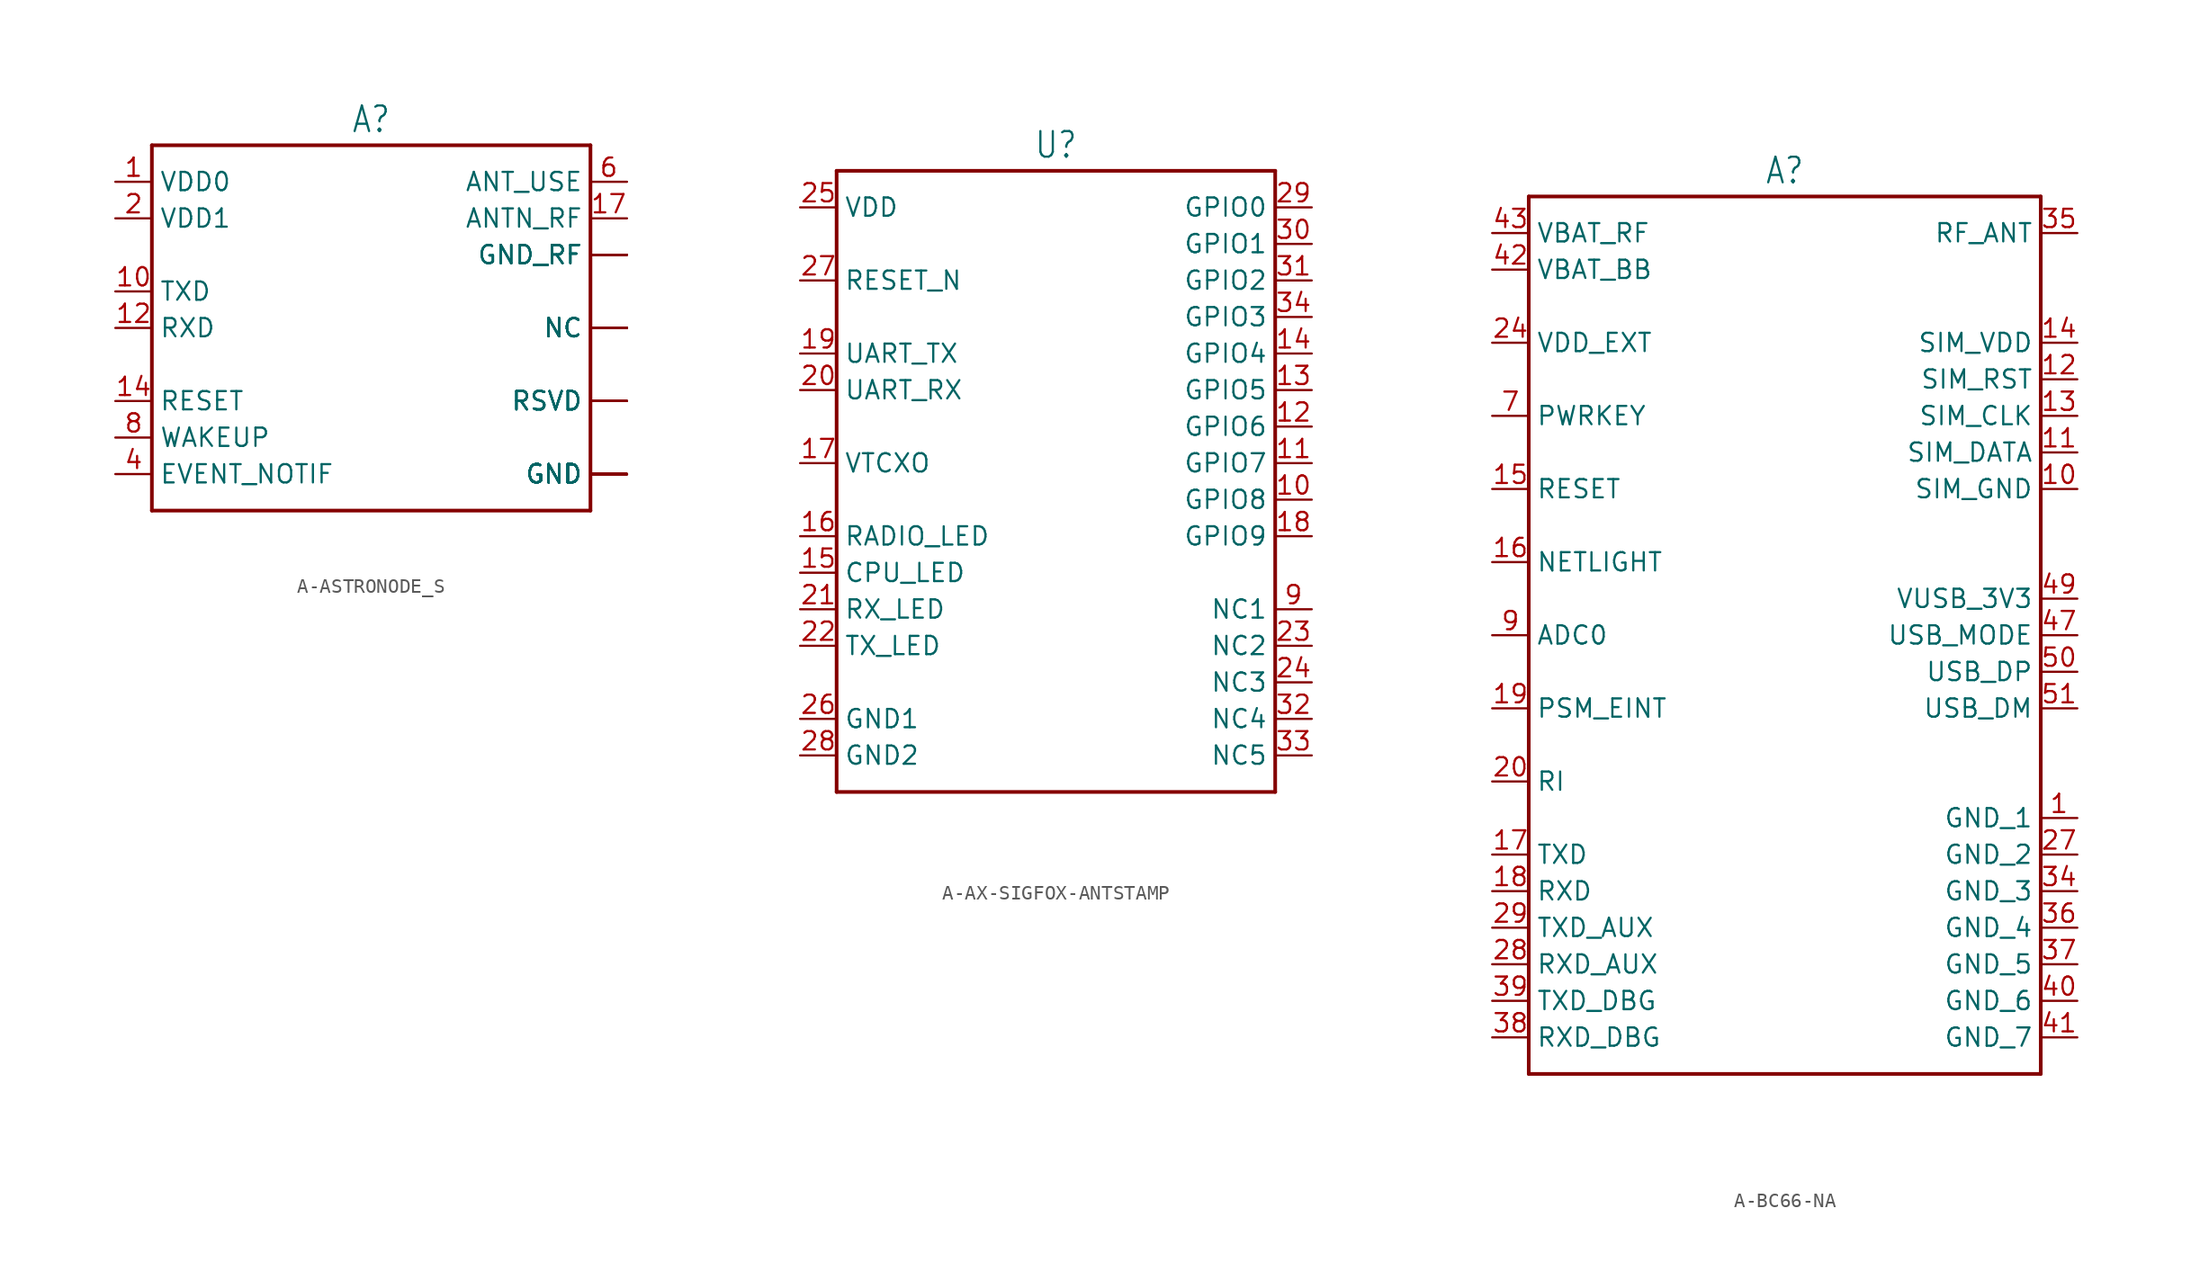
<source format=kicad_sym>
(kicad_symbol_lib
  (version 20231120)
  (generator "kicad_symbol_editor")
  (generator_version "8.0")
  (symbol "A-ASTRONODE_S"
    (property "Reference" "A"
      (at 0 13.462 0)
      (effects (font (size 1.778 1.511)) (justify bottom)))
    (property "Value" ""
      (at 0 -13.462 0)
      (effects (font (size 1.778 1.511)) (justify top)))
    (property "ki_locked" ""
      (at 0 0 0)
      (effects (font (size 1.27 1.27))))
    (symbol "A-ASTRONODE_S_1_0"
      (polyline (pts (xy -15.24 -12.7) (xy -15.24 12.7)) (stroke (width 0.254) (type solid)) (fill (type none)))
      (polyline (pts (xy -15.24 12.7) (xy 15.24 12.7)) (stroke (width 0.254) (type solid)) (fill (type none)))
      (polyline (pts (xy 15.24 -12.7) (xy -15.24 -12.7)) (stroke (width 0.254) (type solid)) (fill (type none)))
      (polyline (pts (xy 15.24 12.7) (xy 15.24 -12.7)) (stroke (width 0.254) (type solid)) (fill (type none)))
      (pin passive line (at -17.78 10.16 0) (length 2.54) (name "VDD0" (effects (font (size 1.27 1.27)))) (number "1" (effects (font (size 1.27 1.27)))))
      (pin passive line (at -17.78 2.54 0) (length 2.54) (name "TXD" (effects (font (size 1.27 1.27)))) (number "10" (effects (font (size 1.27 1.27)))))
      (pin passive line (at 17.78 -10.16 180) (length 2.54) (name "GND" (effects (font (size 1.27 1.27)))) (number "11" (effects (font (size 0 0)))))
      (pin passive line (at -17.78 0 0) (length 2.54) (name "RXD" (effects (font (size 1.27 1.27)))) (number "12" (effects (font (size 1.27 1.27)))))
      (pin passive line (at 17.78 -10.16 180) (length 2.54) (name "GND" (effects (font (size 1.27 1.27)))) (number "13" (effects (font (size 0 0)))))
      (pin passive line (at -17.78 -5.08 0) (length 2.54) (name "RESET" (effects (font (size 1.27 1.27)))) (number "14" (effects (font (size 1.27 1.27)))))
      (pin passive line (at 17.78 5.08 180) (length 2.54) (name "GND_RF" (effects (font (size 1.27 1.27)))) (number "15" (effects (font (size 0 0)))))
      (pin passive line (at 17.78 5.08 180) (length 2.54) (name "GND_RF" (effects (font (size 1.27 1.27)))) (number "16" (effects (font (size 0 0)))))
      (pin passive line (at 17.78 7.62 180) (length 2.54) (name "ANTN_RF" (effects (font (size 1.27 1.27)))) (number "17" (effects (font (size 1.27 1.27)))))
      (pin passive line (at 17.78 5.08 180) (length 2.54) (name "GND_RF" (effects (font (size 1.27 1.27)))) (number "18" (effects (font (size 0 0)))))
      (pin passive line (at 17.78 5.08 180) (length 2.54) (name "GND_RF" (effects (font (size 1.27 1.27)))) (number "19" (effects (font (size 0 0)))))
      (pin passive line (at -17.78 7.62 0) (length 2.54) (name "VDD1" (effects (font (size 1.27 1.27)))) (number "2" (effects (font (size 1.27 1.27)))))
      (pin passive line (at 17.78 -5.08 180) (length 2.54) (name "RSVD" (effects (font (size 1.27 1.27)))) (number "20" (effects (font (size 0 0)))))
      (pin passive line (at 17.78 -5.08 180) (length 2.54) (name "RSVD" (effects (font (size 1.27 1.27)))) (number "21" (effects (font (size 0 0)))))
      (pin passive line (at 17.78 -5.08 180) (length 2.54) (name "RSVD" (effects (font (size 1.27 1.27)))) (number "22" (effects (font (size 0 0)))))
      (pin passive line (at 17.78 -10.16 180) (length 2.54) (name "GND" (effects (font (size 1.27 1.27)))) (number "23" (effects (font (size 0 0)))))
      (pin passive line (at 17.78 0 180) (length 2.54) (name "NC" (effects (font (size 1.27 1.27)))) (number "24" (effects (font (size 0 0)))))
      (pin passive line (at 17.78 -10.16 180) (length 2.54) (name "GND" (effects (font (size 1.27 1.27)))) (number "25" (effects (font (size 0 0)))))
      (pin passive line (at 17.78 0 180) (length 2.54) (name "NC" (effects (font (size 1.27 1.27)))) (number "26" (effects (font (size 0 0)))))
      (pin passive line (at 17.78 -10.16 180) (length 2.54) (name "GND" (effects (font (size 1.27 1.27)))) (number "27" (effects (font (size 0 0)))))
      (pin passive line (at 17.78 0 180) (length 2.54) (name "NC" (effects (font (size 1.27 1.27)))) (number "28" (effects (font (size 0 0)))))
      (pin passive line (at 17.78 -10.16 180) (length 2.54) (name "GND" (effects (font (size 1.27 1.27)))) (number "29" (effects (font (size 0 0)))))
      (pin passive line (at 17.78 -10.16 180) (length 2.54) (name "GND" (effects (font (size 1.27 1.27)))) (number "3" (effects (font (size 0 0)))))
      (pin passive line (at 17.78 0 180) (length 2.54) (name "NC" (effects (font (size 1.27 1.27)))) (number "30" (effects (font (size 0 0)))))
      (pin passive line (at 17.78 -10.16 180) (length 2.54) (name "GND" (effects (font (size 1.27 1.27)))) (number "31" (effects (font (size 0 0)))))
      (pin passive line (at 17.78 0 180) (length 2.54) (name "NC" (effects (font (size 1.27 1.27)))) (number "32" (effects (font (size 0 0)))))
      (pin passive line (at 17.78 -10.16 180) (length 2.54) (name "GND" (effects (font (size 1.27 1.27)))) (number "33" (effects (font (size 0 0)))))
      (pin passive line (at 17.78 0 180) (length 2.54) (name "NC" (effects (font (size 1.27 1.27)))) (number "34" (effects (font (size 0 0)))))
      (pin passive line (at 17.78 0 180) (length 2.54) (name "NC" (effects (font (size 1.27 1.27)))) (number "35" (effects (font (size 0 0)))))
      (pin passive line (at 17.78 -10.16 180) (length 2.54) (name "GND" (effects (font (size 1.27 1.27)))) (number "36" (effects (font (size 0 0)))))
      (pin passive line (at 17.78 -5.08 180) (length 2.54) (name "RSVD" (effects (font (size 1.27 1.27)))) (number "37" (effects (font (size 0 0)))))
      (pin passive line (at 17.78 -5.08 180) (length 2.54) (name "RSVD" (effects (font (size 1.27 1.27)))) (number "38" (effects (font (size 0 0)))))
      (pin passive line (at -17.78 -10.16 0) (length 2.54) (name "EVENT_NOTIF" (effects (font (size 1.27 1.27)))) (number "4" (effects (font (size 1.27 1.27)))))
      (pin passive line (at 17.78 -10.16 180) (length 2.54) (name "GND" (effects (font (size 1.27 1.27)))) (number "5" (effects (font (size 0 0)))))
      (pin passive line (at 17.78 10.16 180) (length 2.54) (name "ANT_USE" (effects (font (size 1.27 1.27)))) (number "6" (effects (font (size 1.27 1.27)))))
      (pin passive line (at 17.78 -10.16 180) (length 2.54) (name "GND" (effects (font (size 1.27 1.27)))) (number "7" (effects (font (size 0 0)))))
      (pin passive line (at -17.78 -7.62 0) (length 2.54) (name "WAKEUP" (effects (font (size 1.27 1.27)))) (number "8" (effects (font (size 1.27 1.27)))))
      (pin passive line (at 17.78 -10.16 180) (length 2.54) (name "GND" (effects (font (size 1.27 1.27)))) (number "9" (effects (font (size 0 0)))))))
  (symbol "A-AX-SIGFOX-ANTSTAMP"
    (property "Reference" "U"
      (at 0 21.082 0)
      (effects (font (size 1.778 1.511)) (justify bottom)))
    (property "Value" ""
      (at 0 -23.622 0)
      (effects (font (size 1.778 1.511)) (justify top)))
    (property "ki_locked" ""
      (at 0 0 0)
      (effects (font (size 1.27 1.27))))
    (symbol "A-AX-SIGFOX-ANTSTAMP_1_0"
      (polyline (pts (xy -15.24 -22.86) (xy 15.24 -22.86)) (stroke (width 0.254) (type solid)) (fill (type none)))
      (polyline (pts (xy -15.24 20.32) (xy -15.24 -22.86)) (stroke (width 0.254) (type solid)) (fill (type none)))
      (polyline (pts (xy 15.24 -22.86) (xy 15.24 20.32)) (stroke (width 0.254) (type solid)) (fill (type none)))
      (polyline (pts (xy 15.24 20.32) (xy -15.24 20.32)) (stroke (width 0.254) (type solid)) (fill (type none)))
      (pin passive line (at 17.78 -2.54 180) (length 2.54) (name "GPIO8" (effects (font (size 1.27 1.27)))) (number "10" (effects (font (size 1.27 1.27)))))
      (pin passive line (at 17.78 0 180) (length 2.54) (name "GPIO7" (effects (font (size 1.27 1.27)))) (number "11" (effects (font (size 1.27 1.27)))))
      (pin passive line (at 17.78 2.54 180) (length 2.54) (name "GPIO6" (effects (font (size 1.27 1.27)))) (number "12" (effects (font (size 1.27 1.27)))))
      (pin passive line (at 17.78 5.08 180) (length 2.54) (name "GPIO5" (effects (font (size 1.27 1.27)))) (number "13" (effects (font (size 1.27 1.27)))))
      (pin passive line (at 17.78 7.62 180) (length 2.54) (name "GPIO4" (effects (font (size 1.27 1.27)))) (number "14" (effects (font (size 1.27 1.27)))))
      (pin passive line (at -17.78 -7.62 0) (length 2.54) (name "CPU_LED" (effects (font (size 1.27 1.27)))) (number "15" (effects (font (size 1.27 1.27)))))
      (pin passive line (at -17.78 -5.08 0) (length 2.54) (name "RADIO_LED" (effects (font (size 1.27 1.27)))) (number "16" (effects (font (size 1.27 1.27)))))
      (pin passive line (at -17.78 0 0) (length 2.54) (name "VTCXO" (effects (font (size 1.27 1.27)))) (number "17" (effects (font (size 1.27 1.27)))))
      (pin passive line (at 17.78 -5.08 180) (length 2.54) (name "GPIO9" (effects (font (size 1.27 1.27)))) (number "18" (effects (font (size 1.27 1.27)))))
      (pin passive line (at -17.78 7.62 0) (length 2.54) (name "UART_TX" (effects (font (size 1.27 1.27)))) (number "19" (effects (font (size 1.27 1.27)))))
      (pin passive line (at -17.78 5.08 0) (length 2.54) (name "UART_RX" (effects (font (size 1.27 1.27)))) (number "20" (effects (font (size 1.27 1.27)))))
      (pin passive line (at -17.78 -10.16 0) (length 2.54) (name "RX_LED" (effects (font (size 1.27 1.27)))) (number "21" (effects (font (size 1.27 1.27)))))
      (pin passive line (at -17.78 -12.7 0) (length 2.54) (name "TX_LED" (effects (font (size 1.27 1.27)))) (number "22" (effects (font (size 1.27 1.27)))))
      (pin passive line (at 17.78 -12.7 180) (length 2.54) (name "NC2" (effects (font (size 1.27 1.27)))) (number "23" (effects (font (size 1.27 1.27)))))
      (pin passive line (at 17.78 -15.24 180) (length 2.54) (name "NC3" (effects (font (size 1.27 1.27)))) (number "24" (effects (font (size 1.27 1.27)))))
      (pin passive line (at -17.78 17.78 0) (length 2.54) (name "VDD" (effects (font (size 1.27 1.27)))) (number "25" (effects (font (size 1.27 1.27)))))
      (pin passive line (at -17.78 -17.78 0) (length 2.54) (name "GND1" (effects (font (size 1.27 1.27)))) (number "26" (effects (font (size 1.27 1.27)))))
      (pin passive line (at -17.78 12.7 0) (length 2.54) (name "RESET_N" (effects (font (size 1.27 1.27)))) (number "27" (effects (font (size 1.27 1.27)))))
      (pin passive line (at -17.78 -20.32 0) (length 2.54) (name "GND2" (effects (font (size 1.27 1.27)))) (number "28" (effects (font (size 1.27 1.27)))))
      (pin passive line (at 17.78 17.78 180) (length 2.54) (name "GPIO0" (effects (font (size 1.27 1.27)))) (number "29" (effects (font (size 1.27 1.27)))))
      (pin passive line (at 17.78 15.24 180) (length 2.54) (name "GPIO1" (effects (font (size 1.27 1.27)))) (number "30" (effects (font (size 1.27 1.27)))))
      (pin passive line (at 17.78 12.7 180) (length 2.54) (name "GPIO2" (effects (font (size 1.27 1.27)))) (number "31" (effects (font (size 1.27 1.27)))))
      (pin passive line (at 17.78 -17.78 180) (length 2.54) (name "NC4" (effects (font (size 1.27 1.27)))) (number "32" (effects (font (size 1.27 1.27)))))
      (pin passive line (at 17.78 -20.32 180) (length 2.54) (name "NC5" (effects (font (size 1.27 1.27)))) (number "33" (effects (font (size 1.27 1.27)))))
      (pin passive line (at 17.78 10.16 180) (length 2.54) (name "GPIO3" (effects (font (size 1.27 1.27)))) (number "34" (effects (font (size 1.27 1.27)))))
      (pin passive line (at 17.78 -10.16 180) (length 2.54) (name "NC1" (effects (font (size 1.27 1.27)))) (number "9" (effects (font (size 1.27 1.27)))))))
  (symbol "A-BC66-NA"
    (property "Reference" "A"
      (at 0 31.242 0)
      (effects (font (size 1.778 1.511)) (justify bottom)))
    (property "Value" ""
      (at 0 -31.242 0)
      (effects (font (size 1.778 1.511)) (justify top)))
    (property "ki_locked" ""
      (at 0 0 0)
      (effects (font (size 1.27 1.27))))
    (symbol "A-BC66-NA_1_0"
      (polyline (pts (xy -17.78 -30.48) (xy -17.78 30.48)) (stroke (width 0.254) (type solid)) (fill (type none)))
      (polyline (pts (xy -17.78 30.48) (xy 17.78 30.48)) (stroke (width 0.254) (type solid)) (fill (type none)))
      (polyline (pts (xy 17.78 -30.48) (xy -17.78 -30.48)) (stroke (width 0.254) (type solid)) (fill (type none)))
      (polyline (pts (xy 17.78 30.48) (xy 17.78 -30.48)) (stroke (width 0.254) (type solid)) (fill (type none)))
      (pin passive line (at 20.32 -12.7 180) (length 2.54) (name "GND_1" (effects (font (size 1.27 1.27)))) (number "1" (effects (font (size 1.27 1.27)))))
      (pin passive line (at 20.32 10.16 180) (length 2.54) (name "SIM_GND" (effects (font (size 1.27 1.27)))) (number "10" (effects (font (size 1.27 1.27)))))
      (pin passive line (at 20.32 12.7 180) (length 2.54) (name "SIM_DATA" (effects (font (size 1.27 1.27)))) (number "11" (effects (font (size 1.27 1.27)))))
      (pin passive line (at 20.32 17.78 180) (length 2.54) (name "SIM_RST" (effects (font (size 1.27 1.27)))) (number "12" (effects (font (size 1.27 1.27)))))
      (pin passive line (at 20.32 15.24 180) (length 2.54) (name "SIM_CLK" (effects (font (size 1.27 1.27)))) (number "13" (effects (font (size 1.27 1.27)))))
      (pin passive line (at 20.32 20.32 180) (length 2.54) (name "SIM_VDD" (effects (font (size 1.27 1.27)))) (number "14" (effects (font (size 1.27 1.27)))))
      (pin passive line (at -20.32 10.16 0) (length 2.54) (name "RESET" (effects (font (size 1.27 1.27)))) (number "15" (effects (font (size 1.27 1.27)))))
      (pin passive line (at -20.32 5.08 0) (length 2.54) (name "NETLIGHT" (effects (font (size 1.27 1.27)))) (number "16" (effects (font (size 1.27 1.27)))))
      (pin passive line (at -20.32 -15.24 0) (length 2.54) (name "TXD" (effects (font (size 1.27 1.27)))) (number "17" (effects (font (size 1.27 1.27)))))
      (pin passive line (at -20.32 -17.78 0) (length 2.54) (name "RXD" (effects (font (size 1.27 1.27)))) (number "18" (effects (font (size 1.27 1.27)))))
      (pin passive line (at -20.32 -5.08 0) (length 2.54) (name "PSM_EINT" (effects (font (size 1.27 1.27)))) (number "19" (effects (font (size 1.27 1.27)))))
      (pin passive line (at -20.32 -10.16 0) (length 2.54) (name "RI" (effects (font (size 1.27 1.27)))) (number "20" (effects (font (size 1.27 1.27)))))
      (pin passive line (at -20.32 20.32 0) (length 2.54) (name "VDD_EXT" (effects (font (size 1.27 1.27)))) (number "24" (effects (font (size 1.27 1.27)))))
      (pin passive line (at 20.32 -15.24 180) (length 2.54) (name "GND_2" (effects (font (size 1.27 1.27)))) (number "27" (effects (font (size 1.27 1.27)))))
      (pin passive line (at -20.32 -22.86 0) (length 2.54) (name "RXD_AUX" (effects (font (size 1.27 1.27)))) (number "28" (effects (font (size 1.27 1.27)))))
      (pin passive line (at -20.32 -20.32 0) (length 2.54) (name "TXD_AUX" (effects (font (size 1.27 1.27)))) (number "29" (effects (font (size 1.27 1.27)))))
      (pin passive line (at 20.32 -17.78 180) (length 2.54) (name "GND_3" (effects (font (size 1.27 1.27)))) (number "34" (effects (font (size 1.27 1.27)))))
      (pin passive line (at 20.32 27.94 180) (length 2.54) (name "RF_ANT" (effects (font (size 1.27 1.27)))) (number "35" (effects (font (size 1.27 1.27)))))
      (pin passive line (at 20.32 -20.32 180) (length 2.54) (name "GND_4" (effects (font (size 1.27 1.27)))) (number "36" (effects (font (size 1.27 1.27)))))
      (pin passive line (at 20.32 -22.86 180) (length 2.54) (name "GND_5" (effects (font (size 1.27 1.27)))) (number "37" (effects (font (size 1.27 1.27)))))
      (pin passive line (at -20.32 -27.94 0) (length 2.54) (name "RXD_DBG" (effects (font (size 1.27 1.27)))) (number "38" (effects (font (size 1.27 1.27)))))
      (pin passive line (at -20.32 -25.4 0) (length 2.54) (name "TXD_DBG" (effects (font (size 1.27 1.27)))) (number "39" (effects (font (size 1.27 1.27)))))
      (pin passive line (at 20.32 -25.4 180) (length 2.54) (name "GND_6" (effects (font (size 1.27 1.27)))) (number "40" (effects (font (size 1.27 1.27)))))
      (pin passive line (at 20.32 -27.94 180) (length 2.54) (name "GND_7" (effects (font (size 1.27 1.27)))) (number "41" (effects (font (size 1.27 1.27)))))
      (pin passive line (at -20.32 25.4 0) (length 2.54) (name "VBAT_BB" (effects (font (size 1.27 1.27)))) (number "42" (effects (font (size 1.27 1.27)))))
      (pin passive line (at -20.32 27.94 0) (length 2.54) (name "VBAT_RF" (effects (font (size 1.27 1.27)))) (number "43" (effects (font (size 1.27 1.27)))))
      (pin passive line (at 20.32 0 180) (length 2.54) (name "USB_MODE" (effects (font (size 1.27 1.27)))) (number "47" (effects (font (size 1.27 1.27)))))
      (pin passive line (at 20.32 2.54 180) (length 2.54) (name "VUSB_3V3" (effects (font (size 1.27 1.27)))) (number "49" (effects (font (size 1.27 1.27)))))
      (pin passive line (at 20.32 -2.54 180) (length 2.54) (name "USB_DP" (effects (font (size 1.27 1.27)))) (number "50" (effects (font (size 1.27 1.27)))))
      (pin passive line (at 20.32 -5.08 180) (length 2.54) (name "USB_DM" (effects (font (size 1.27 1.27)))) (number "51" (effects (font (size 1.27 1.27)))))
      (pin passive line (at -20.32 15.24 0) (length 2.54) (name "PWRKEY" (effects (font (size 1.27 1.27)))) (number "7" (effects (font (size 1.27 1.27)))))
      (pin passive line (at -20.32 0 0) (length 2.54) (name "ADC0" (effects (font (size 1.27 1.27)))) (number "9" (effects (font (size 1.27 1.27))))))))
</source>
